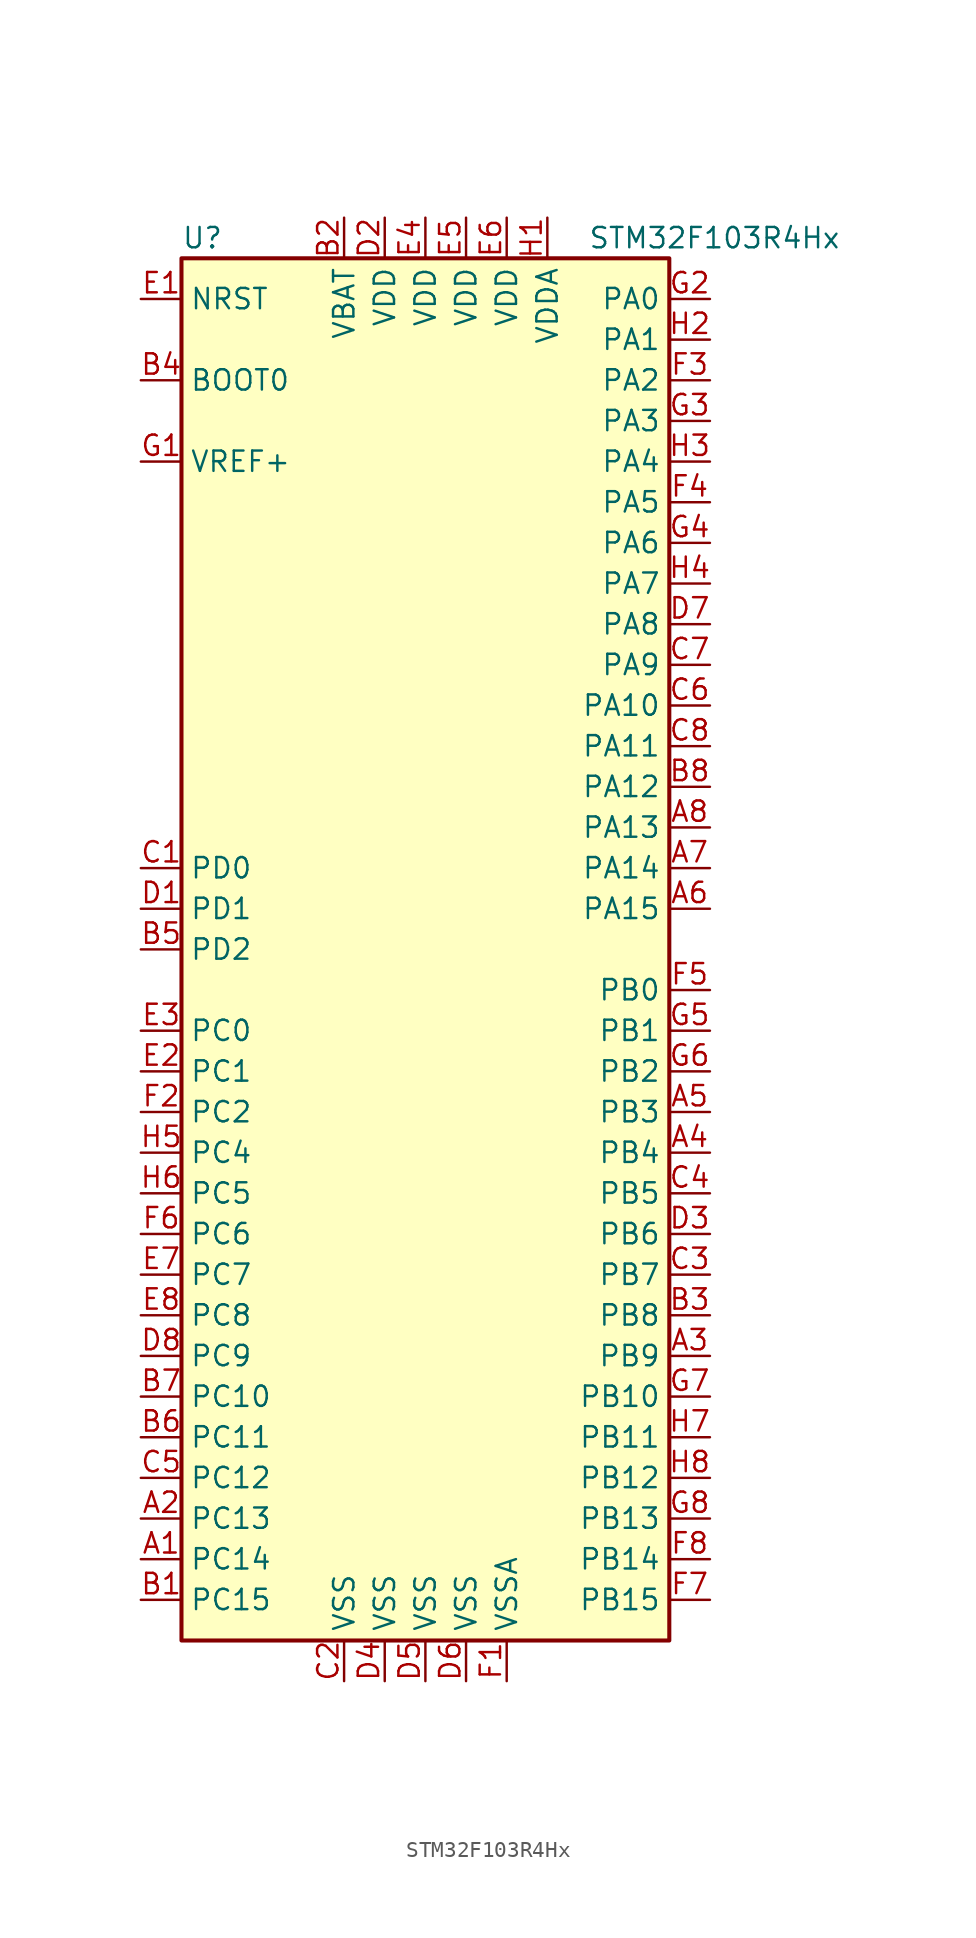
<source format=kicad_sym>
(kicad_symbol_lib
  (version 20201005)
  (generator kicad_symbol_editor)
  (symbol "MCU_ST_STM32F1:STM32F103R4Hx"
    (property "Reference" "U"
      (at -15.24 44.45 0)
      (effects (font (size 1.27 1.27)) (justify left)))
    (property "Value" "STM32F103R4Hx"
      (at 10.16 44.45 0)
      (effects (font (size 1.27 1.27)) (justify left)))
    (symbol "STM32F103R4Hx_0_1"
      (rectangle (start -15.24 -43.18) (end 15.24 43.18) (stroke (width 0.254)) (fill (type background))))
    (symbol "STM32F103R4Hx_1_1"
      (pin input line (at -17.78 35.56 0) (length 2.54) (name "BOOT0" (effects (font (size 1.27 1.27)))) (number "B4" (effects (font (size 1.27 1.27)))))
      (pin input line (at -17.78 40.64 0) (length 2.54) (name "NRST" (effects (font (size 1.27 1.27)))) (number "E1" (effects (font (size 1.27 1.27)))))
      (pin bidirectional line (at 17.78 40.64 180) (length 2.54) (name "PA0" (effects (font (size 1.27 1.27)))) (number "G2" (effects (font (size 1.27 1.27)))))
      (pin bidirectional line (at 17.78 38.1 180) (length 2.54) (name "PA1" (effects (font (size 1.27 1.27)))) (number "H2" (effects (font (size 1.27 1.27)))))
      (pin bidirectional line (at 17.78 15.24 180) (length 2.54) (name "PA10" (effects (font (size 1.27 1.27)))) (number "C6" (effects (font (size 1.27 1.27)))))
      (pin bidirectional line (at 17.78 12.7 180) (length 2.54) (name "PA11" (effects (font (size 1.27 1.27)))) (number "C8" (effects (font (size 1.27 1.27)))))
      (pin bidirectional line (at 17.78 10.16 180) (length 2.54) (name "PA12" (effects (font (size 1.27 1.27)))) (number "B8" (effects (font (size 1.27 1.27)))))
      (pin bidirectional line (at 17.78 7.62 180) (length 2.54) (name "PA13" (effects (font (size 1.27 1.27)))) (number "A8" (effects (font (size 1.27 1.27)))))
      (pin bidirectional line (at 17.78 5.08 180) (length 2.54) (name "PA14" (effects (font (size 1.27 1.27)))) (number "A7" (effects (font (size 1.27 1.27)))))
      (pin bidirectional line (at 17.78 2.54 180) (length 2.54) (name "PA15" (effects (font (size 1.27 1.27)))) (number "A6" (effects (font (size 1.27 1.27)))))
      (pin bidirectional line (at 17.78 35.56 180) (length 2.54) (name "PA2" (effects (font (size 1.27 1.27)))) (number "F3" (effects (font (size 1.27 1.27)))))
      (pin bidirectional line (at 17.78 33.02 180) (length 2.54) (name "PA3" (effects (font (size 1.27 1.27)))) (number "G3" (effects (font (size 1.27 1.27)))))
      (pin bidirectional line (at 17.78 30.48 180) (length 2.54) (name "PA4" (effects (font (size 1.27 1.27)))) (number "H3" (effects (font (size 1.27 1.27)))))
      (pin bidirectional line (at 17.78 27.94 180) (length 2.54) (name "PA5" (effects (font (size 1.27 1.27)))) (number "F4" (effects (font (size 1.27 1.27)))))
      (pin bidirectional line (at 17.78 25.4 180) (length 2.54) (name "PA6" (effects (font (size 1.27 1.27)))) (number "G4" (effects (font (size 1.27 1.27)))))
      (pin bidirectional line (at 17.78 22.86 180) (length 2.54) (name "PA7" (effects (font (size 1.27 1.27)))) (number "H4" (effects (font (size 1.27 1.27)))))
      (pin bidirectional line (at 17.78 20.32 180) (length 2.54) (name "PA8" (effects (font (size 1.27 1.27)))) (number "D7" (effects (font (size 1.27 1.27)))))
      (pin bidirectional line (at 17.78 17.78 180) (length 2.54) (name "PA9" (effects (font (size 1.27 1.27)))) (number "C7" (effects (font (size 1.27 1.27)))))
      (pin bidirectional line (at 17.78 -2.54 180) (length 2.54) (name "PB0" (effects (font (size 1.27 1.27)))) (number "F5" (effects (font (size 1.27 1.27)))))
      (pin bidirectional line (at 17.78 -5.08 180) (length 2.54) (name "PB1" (effects (font (size 1.27 1.27)))) (number "G5" (effects (font (size 1.27 1.27)))))
      (pin bidirectional line (at 17.78 -27.94 180) (length 2.54) (name "PB10" (effects (font (size 1.27 1.27)))) (number "G7" (effects (font (size 1.27 1.27)))))
      (pin bidirectional line (at 17.78 -30.48 180) (length 2.54) (name "PB11" (effects (font (size 1.27 1.27)))) (number "H7" (effects (font (size 1.27 1.27)))))
      (pin bidirectional line (at 17.78 -33.02 180) (length 2.54) (name "PB12" (effects (font (size 1.27 1.27)))) (number "H8" (effects (font (size 1.27 1.27)))))
      (pin bidirectional line (at 17.78 -35.56 180) (length 2.54) (name "PB13" (effects (font (size 1.27 1.27)))) (number "G8" (effects (font (size 1.27 1.27)))))
      (pin bidirectional line (at 17.78 -38.1 180) (length 2.54) (name "PB14" (effects (font (size 1.27 1.27)))) (number "F8" (effects (font (size 1.27 1.27)))))
      (pin bidirectional line (at 17.78 -40.64 180) (length 2.54) (name "PB15" (effects (font (size 1.27 1.27)))) (number "F7" (effects (font (size 1.27 1.27)))))
      (pin bidirectional line (at 17.78 -7.62 180) (length 2.54) (name "PB2" (effects (font (size 1.27 1.27)))) (number "G6" (effects (font (size 1.27 1.27)))))
      (pin bidirectional line (at 17.78 -10.16 180) (length 2.54) (name "PB3" (effects (font (size 1.27 1.27)))) (number "A5" (effects (font (size 1.27 1.27)))))
      (pin bidirectional line (at 17.78 -12.7 180) (length 2.54) (name "PB4" (effects (font (size 1.27 1.27)))) (number "A4" (effects (font (size 1.27 1.27)))))
      (pin bidirectional line (at 17.78 -15.24 180) (length 2.54) (name "PB5" (effects (font (size 1.27 1.27)))) (number "C4" (effects (font (size 1.27 1.27)))))
      (pin bidirectional line (at 17.78 -17.78 180) (length 2.54) (name "PB6" (effects (font (size 1.27 1.27)))) (number "D3" (effects (font (size 1.27 1.27)))))
      (pin bidirectional line (at 17.78 -20.32 180) (length 2.54) (name "PB7" (effects (font (size 1.27 1.27)))) (number "C3" (effects (font (size 1.27 1.27)))))
      (pin bidirectional line (at 17.78 -22.86 180) (length 2.54) (name "PB8" (effects (font (size 1.27 1.27)))) (number "B3" (effects (font (size 1.27 1.27)))))
      (pin bidirectional line (at 17.78 -25.4 180) (length 2.54) (name "PB9" (effects (font (size 1.27 1.27)))) (number "A3" (effects (font (size 1.27 1.27)))))
      (pin bidirectional line (at -17.78 -5.08 0) (length 2.54) (name "PC0" (effects (font (size 1.27 1.27)))) (number "E3" (effects (font (size 1.27 1.27)))))
      (pin bidirectional line (at -17.78 -7.62 0) (length 2.54) (name "PC1" (effects (font (size 1.27 1.27)))) (number "E2" (effects (font (size 1.27 1.27)))))
      (pin bidirectional line (at -17.78 -27.94 0) (length 2.54) (name "PC10" (effects (font (size 1.27 1.27)))) (number "B7" (effects (font (size 1.27 1.27)))))
      (pin bidirectional line (at -17.78 -30.48 0) (length 2.54) (name "PC11" (effects (font (size 1.27 1.27)))) (number "B6" (effects (font (size 1.27 1.27)))))
      (pin bidirectional line (at -17.78 -33.02 0) (length 2.54) (name "PC12" (effects (font (size 1.27 1.27)))) (number "C5" (effects (font (size 1.27 1.27)))))
      (pin bidirectional line (at -17.78 -35.56 0) (length 2.54) (name "PC13" (effects (font (size 1.27 1.27)))) (number "A2" (effects (font (size 1.27 1.27)))))
      (pin bidirectional line (at -17.78 -38.1 0) (length 2.54) (name "PC14" (effects (font (size 1.27 1.27)))) (number "A1" (effects (font (size 1.27 1.27)))))
      (pin bidirectional line (at -17.78 -40.64 0) (length 2.54) (name "PC15" (effects (font (size 1.27 1.27)))) (number "B1" (effects (font (size 1.27 1.27)))))
      (pin bidirectional line (at -17.78 -10.16 0) (length 2.54) (name "PC2" (effects (font (size 1.27 1.27)))) (number "F2" (effects (font (size 1.27 1.27)))))
      (pin bidirectional line (at -17.78 -12.7 0) (length 2.54) (name "PC4" (effects (font (size 1.27 1.27)))) (number "H5" (effects (font (size 1.27 1.27)))))
      (pin bidirectional line (at -17.78 -15.24 0) (length 2.54) (name "PC5" (effects (font (size 1.27 1.27)))) (number "H6" (effects (font (size 1.27 1.27)))))
      (pin bidirectional line (at -17.78 -17.78 0) (length 2.54) (name "PC6" (effects (font (size 1.27 1.27)))) (number "F6" (effects (font (size 1.27 1.27)))))
      (pin bidirectional line (at -17.78 -20.32 0) (length 2.54) (name "PC7" (effects (font (size 1.27 1.27)))) (number "E7" (effects (font (size 1.27 1.27)))))
      (pin bidirectional line (at -17.78 -22.86 0) (length 2.54) (name "PC8" (effects (font (size 1.27 1.27)))) (number "E8" (effects (font (size 1.27 1.27)))))
      (pin bidirectional line (at -17.78 -25.4 0) (length 2.54) (name "PC9" (effects (font (size 1.27 1.27)))) (number "D8" (effects (font (size 1.27 1.27)))))
      (pin input line (at -17.78 5.08 0) (length 2.54) (name "PD0" (effects (font (size 1.27 1.27)))) (number "C1" (effects (font (size 1.27 1.27)))))
      (pin input line (at -17.78 2.54 0) (length 2.54) (name "PD1" (effects (font (size 1.27 1.27)))) (number "D1" (effects (font (size 1.27 1.27)))))
      (pin bidirectional line (at -17.78 0 0) (length 2.54) (name "PD2" (effects (font (size 1.27 1.27)))) (number "B5" (effects (font (size 1.27 1.27)))))
      (pin power_in line (at -5.08 45.72 270) (length 2.54) (name "VBAT" (effects (font (size 1.27 1.27)))) (number "B2" (effects (font (size 1.27 1.27)))))
      (pin power_in line (at -2.54 45.72 270) (length 2.54) (name "VDD" (effects (font (size 1.27 1.27)))) (number "D2" (effects (font (size 1.27 1.27)))))
      (pin power_in line (at 0 45.72 270) (length 2.54) (name "VDD" (effects (font (size 1.27 1.27)))) (number "E4" (effects (font (size 1.27 1.27)))))
      (pin power_in line (at 2.54 45.72 270) (length 2.54) (name "VDD" (effects (font (size 1.27 1.27)))) (number "E5" (effects (font (size 1.27 1.27)))))
      (pin power_in line (at 5.08 45.72 270) (length 2.54) (name "VDD" (effects (font (size 1.27 1.27)))) (number "E6" (effects (font (size 1.27 1.27)))))
      (pin power_in line (at 7.62 45.72 270) (length 2.54) (name "VDDA" (effects (font (size 1.27 1.27)))) (number "H1" (effects (font (size 1.27 1.27)))))
      (pin power_in line (at -17.78 30.48 0) (length 2.54) (name "VREF+" (effects (font (size 1.27 1.27)))) (number "G1" (effects (font (size 1.27 1.27)))))
      (pin power_in line (at -5.08 -45.72 90) (length 2.54) (name "VSS" (effects (font (size 1.27 1.27)))) (number "C2" (effects (font (size 1.27 1.27)))))
      (pin power_in line (at -2.54 -45.72 90) (length 2.54) (name "VSS" (effects (font (size 1.27 1.27)))) (number "D4" (effects (font (size 1.27 1.27)))))
      (pin power_in line (at 0 -45.72 90) (length 2.54) (name "VSS" (effects (font (size 1.27 1.27)))) (number "D5" (effects (font (size 1.27 1.27)))))
      (pin power_in line (at 2.54 -45.72 90) (length 2.54) (name "VSS" (effects (font (size 1.27 1.27)))) (number "D6" (effects (font (size 1.27 1.27)))))
      (pin power_in line (at 5.08 -45.72 90) (length 2.54) (name "VSSA" (effects (font (size 1.27 1.27)))) (number "F1" (effects (font (size 1.27 1.27))))))))
</source>
